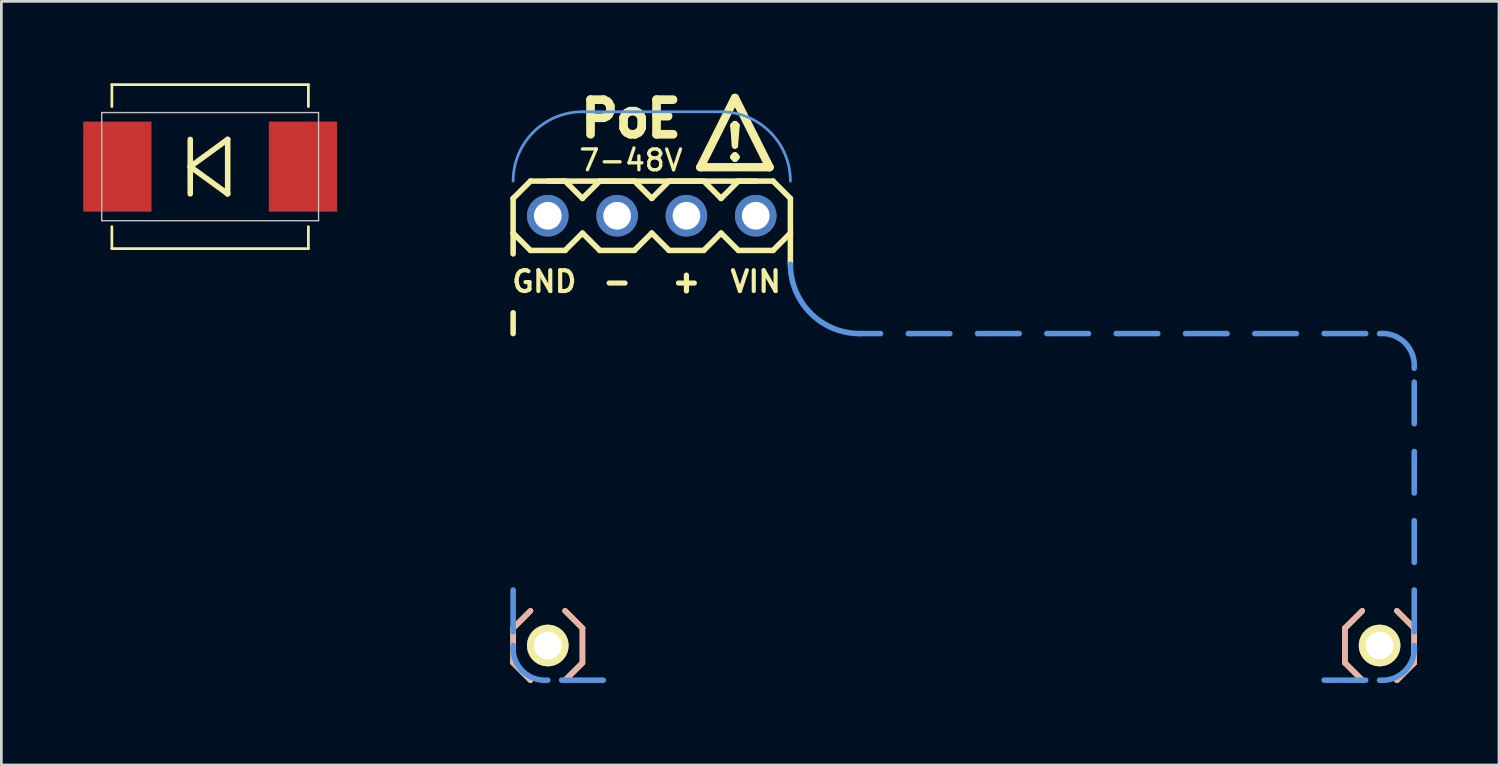
<source format=kicad_pcb>
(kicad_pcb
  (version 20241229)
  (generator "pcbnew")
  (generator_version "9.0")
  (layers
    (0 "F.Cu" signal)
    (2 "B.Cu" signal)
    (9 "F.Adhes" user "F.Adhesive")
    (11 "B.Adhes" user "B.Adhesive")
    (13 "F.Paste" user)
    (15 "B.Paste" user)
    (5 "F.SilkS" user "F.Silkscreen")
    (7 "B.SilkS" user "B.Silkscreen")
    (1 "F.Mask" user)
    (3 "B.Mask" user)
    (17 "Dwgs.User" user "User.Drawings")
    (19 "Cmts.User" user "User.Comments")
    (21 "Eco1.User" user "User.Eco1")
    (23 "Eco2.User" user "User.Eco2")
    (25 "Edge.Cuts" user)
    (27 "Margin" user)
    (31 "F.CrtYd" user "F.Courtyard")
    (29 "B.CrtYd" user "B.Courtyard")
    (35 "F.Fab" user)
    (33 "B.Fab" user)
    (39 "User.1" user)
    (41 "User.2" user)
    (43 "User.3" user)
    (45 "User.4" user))
  (footprint "FT-POE-MODULE-NOOUTLINE"
    (layer "F.Cu")
    (at 17.023 4.856)
    (property "Reference" "FT-POE-MODULE-NOOUTLINE" (at 3.937 3.81 0) (layer "Eco1.User") (effects (font (size 0.762 0.762) (thickness 0.127))))
    (attr through_hole)
    (fp_line (start -1.27 -0.635) (end -1.27 0.635) (stroke (width 0.203) (type solid)) (layer "F.SilkS"))
    (fp_line (start -1.27 0.635) (end -1.27 1.397) (stroke (width 0.203) (type solid)) (layer "F.SilkS"))
    (fp_line (start -1.27 0.635) (end -0.635 1.27) (stroke (width 0.203) (type solid)) (layer "F.SilkS"))
    (fp_line (start -1.27 3.556) (end -1.27 4.318) (stroke (width 0.203) (type solid)) (layer "F.SilkS"))
    (fp_line (start -1.27 15.113) (end -0.635 14.478) (stroke (width 0.203) (type solid)) (layer "F.SilkS"))
    (fp_line (start -1.27 16.383) (end -1.27 15.113) (stroke (width 0.203) (type solid)) (layer "F.SilkS"))
    (fp_line (start -0.635 -1.27) (end -1.27 -0.635) (stroke (width 0.203) (type solid)) (layer "F.SilkS"))
    (fp_line (start -0.635 -1.27) (end 0.635 -1.27) (stroke (width 0.203) (type solid)) (layer "F.SilkS"))
    (fp_line (start -0.635 17.018) (end -1.27 16.383) (stroke (width 0.203) (type solid)) (layer "F.SilkS"))
    (fp_line (start 0.635 -1.27) (end 1.27 -0.635) (stroke (width 0.203) (type solid)) (layer "F.SilkS"))
    (fp_line (start 0.635 1.27) (end -0.635 1.27) (stroke (width 0.203) (type solid)) (layer "F.SilkS"))
    (fp_line (start 0.635 14.478) (end 1.27 15.113) (stroke (width 0.203) (type solid)) (layer "F.SilkS"))
    (fp_line (start 1.27 -0.635) (end 1.905 -1.27) (stroke (width 0.203) (type solid)) (layer "F.SilkS"))
    (fp_line (start 1.27 0.635) (end 0.635 1.27) (stroke (width 0.203) (type solid)) (layer "F.SilkS"))
    (fp_line (start 1.27 15.113) (end 1.27 16.383) (stroke (width 0.203) (type solid)) (layer "F.SilkS"))
    (fp_line (start 1.27 16.383) (end 0.635 17.018) (stroke (width 0.203) (type solid)) (layer "F.SilkS"))
    (fp_line (start 1.905 -1.27) (end 3.175 -1.27) (stroke (width 0.203) (type solid)) (layer "F.SilkS"))
    (fp_line (start 1.905 1.27) (end 1.27 0.635) (stroke (width 0.203) (type solid)) (layer "F.SilkS"))
    (fp_line (start 3.175 -1.27) (end 3.81 -0.635) (stroke (width 0.203) (type solid)) (layer "F.SilkS"))
    (fp_line (start 3.175 1.27) (end 1.905 1.27) (stroke (width 0.203) (type solid)) (layer "F.SilkS"))
    (fp_line (start 3.81 -0.635) (end 4.445 -1.27) (stroke (width 0.203) (type solid)) (layer "F.SilkS"))
    (fp_line (start 3.81 0.635) (end 3.175 1.27) (stroke (width 0.203) (type solid)) (layer "F.SilkS"))
    (fp_line (start 4.445 -1.27) (end 5.715 -1.27) (stroke (width 0.203) (type solid)) (layer "F.SilkS"))
    (fp_line (start 4.445 1.27) (end 3.81 0.635) (stroke (width 0.203) (type solid)) (layer "F.SilkS"))
    (fp_line (start 5.588 -1.778) (end 6.858 -4.318) (stroke (width 0.305) (type solid)) (layer "F.SilkS"))
    (fp_line (start 5.715 -1.27) (end 6.35 -0.635) (stroke (width 0.203) (type solid)) (layer "F.SilkS"))
    (fp_line (start 5.715 1.27) (end 4.445 1.27) (stroke (width 0.203) (type solid)) (layer "F.SilkS"))
    (fp_line (start 6.35 0.635) (end 5.715 1.27) (stroke (width 0.203) (type solid)) (layer "F.SilkS"))
    (fp_line (start 6.35 0.635) (end 6.985 1.27) (stroke (width 0.203) (type solid)) (layer "F.SilkS"))
    (fp_line (start 6.858 -4.318) (end 8.128 -1.778) (stroke (width 0.305) (type solid)) (layer "F.SilkS"))
    (fp_line (start 6.985 -1.27) (end 6.35 -0.635) (stroke (width 0.203) (type solid)) (layer "F.SilkS"))
    (fp_line (start 6.985 -1.27) (end 8.255 -1.27) (stroke (width 0.203) (type solid)) (layer "F.SilkS"))
    (fp_line (start 7.62 -1.27) (end 0 -1.27) (stroke (width 0.203) (type solid)) (layer "F.SilkS"))
    (fp_line (start 8.128 -1.778) (end 5.588 -1.778) (stroke (width 0.305) (type solid)) (layer "F.SilkS"))
    (fp_line (start 8.255 -1.27) (end 8.89 -0.635) (stroke (width 0.203) (type solid)) (layer "F.SilkS"))
    (fp_line (start 8.255 1.27) (end 6.985 1.27) (stroke (width 0.203) (type solid)) (layer "F.SilkS"))
    (fp_line (start 8.89 -0.635) (end 8.89 0.635) (stroke (width 0.203) (type solid)) (layer "F.SilkS"))
    (fp_line (start 8.89 0.635) (end 8.255 1.27) (stroke (width 0.203) (type solid)) (layer "F.SilkS"))
    (fp_line (start 8.89 1.778) (end 8.89 0.635) (stroke (width 0.203) (type solid)) (layer "F.SilkS"))
    (fp_line (start 29.21 15.113) (end 29.845 14.478) (stroke (width 0.203) (type solid)) (layer "F.SilkS"))
    (fp_line (start 29.21 16.383) (end 29.21 15.113) (stroke (width 0.203) (type solid)) (layer "F.SilkS"))
    (fp_line (start 29.845 17.018) (end 29.21 16.383) (stroke (width 0.203) (type solid)) (layer "F.SilkS"))
    (fp_line (start 31.115 14.478) (end 31.75 15.113) (stroke (width 0.203) (type solid)) (layer "F.SilkS"))
    (fp_line (start 31.75 15.113) (end 31.75 16.383) (stroke (width 0.203) (type solid)) (layer "F.SilkS"))
    (fp_line (start 31.75 16.383) (end 31.115 17.018) (stroke (width 0.203) (type solid)) (layer "F.SilkS"))
    (fp_line (start -1.27 15.113) (end -1.27 16.383) (stroke (width 0.203) (type solid)) (layer "B.SilkS"))
    (fp_line (start -1.27 16.383) (end -0.635 17.018) (stroke (width 0.203) (type solid)) (layer "B.SilkS"))
    (fp_line (start -0.635 14.478) (end -1.27 15.113) (stroke (width 0.203) (type solid)) (layer "B.SilkS"))
    (fp_line (start 0.635 17.018) (end 1.27 16.383) (stroke (width 0.203) (type solid)) (layer "B.SilkS"))
    (fp_line (start 1.27 15.113) (end 0.635 14.478) (stroke (width 0.203) (type solid)) (layer "B.SilkS"))
    (fp_line (start 1.27 16.383) (end 1.27 15.113) (stroke (width 0.203) (type solid)) (layer "B.SilkS"))
    (fp_line (start 29.21 15.113) (end 29.21 16.383) (stroke (width 0.203) (type solid)) (layer "B.SilkS"))
    (fp_line (start 29.21 16.383) (end 29.845 17.018) (stroke (width 0.203) (type solid)) (layer "B.SilkS"))
    (fp_line (start 29.845 14.478) (end 29.21 15.113) (stroke (width 0.203) (type solid)) (layer "B.SilkS"))
    (fp_line (start 31.115 17.018) (end 31.75 16.383) (stroke (width 0.203) (type solid)) (layer "B.SilkS"))
    (fp_line (start 31.75 15.113) (end 31.115 14.478) (stroke (width 0.203) (type solid)) (layer "B.SilkS"))
    (fp_line (start 31.75 16.383) (end 31.75 15.113) (stroke (width 0.203) (type solid)) (layer "B.SilkS"))
    (fp_line (start -1.27 13.716) (end -1.27 15.24) (stroke (width 0.203) (type solid)) (layer "Cmts.User"))
    (fp_line (start 1.27 -3.81) (end 6.35 -3.81) (stroke (width 0.1) (type solid)) (layer "Cmts.User"))
    (fp_line (start 2.032 17.018) (end 0.508 17.018) (stroke (width 0.203) (type solid)) (layer "Cmts.User"))
    (fp_line (start 12.192 4.318) (end 11.43 4.318) (stroke (width 0.203) (type solid)) (layer "Cmts.User"))
    (fp_line (start 14.732 4.318) (end 13.208 4.318) (stroke (width 0.203) (type solid)) (layer "Cmts.User"))
    (fp_line (start 17.272 4.318) (end 15.748 4.318) (stroke (width 0.203) (type solid)) (layer "Cmts.User"))
    (fp_line (start 19.812 4.318) (end 18.288 4.318) (stroke (width 0.203) (type solid)) (layer "Cmts.User"))
    (fp_line (start 22.352 4.318) (end 20.828 4.318) (stroke (width 0.203) (type solid)) (layer "Cmts.User"))
    (fp_line (start 24.892 4.318) (end 23.368 4.318) (stroke (width 0.203) (type solid)) (layer "Cmts.User"))
    (fp_line (start 27.432 4.318) (end 25.908 4.318) (stroke (width 0.203) (type solid)) (layer "Cmts.User"))
    (fp_line (start 29.972 4.318) (end 28.448 4.318) (stroke (width 0.203) (type solid)) (layer "Cmts.User"))
    (fp_line (start 29.972 17.018) (end 28.448 17.018) (stroke (width 0.203) (type solid)) (layer "Cmts.User"))
    (fp_line (start 31.75 6.096) (end 31.75 7.62) (stroke (width 0.203) (type solid)) (layer "Cmts.User"))
    (fp_line (start 31.75 8.636) (end 31.75 10.16) (stroke (width 0.203) (type solid)) (layer "Cmts.User"))
    (fp_line (start 31.75 11.176) (end 31.75 12.7) (stroke (width 0.203) (type solid)) (layer "Cmts.User"))
    (fp_line (start 31.75 13.716) (end 31.75 15.24) (stroke (width 0.203) (type solid)) (layer "Cmts.User"))
    (fp_arc (start -1.27 -1.27) (mid -0.526051 -3.066051) (end 1.27 -3.81) (stroke (width 0.1) (type solid)) (layer "Cmts.User"))
    (fp_arc (start 0 17.018) (mid -0.931339 16.678463) (end -1.269892 15.746766) (stroke (width 0.2032) (type solid)) (layer "Cmts.User"))
    (fp_arc (start 6.35 -3.81) (mid 8.146051 -3.066051) (end 8.89 -1.27) (stroke (width 0.1) (type solid)) (layer "Cmts.User"))
    (fp_arc (start 11.43 4.318) (mid 9.633949 3.574051) (end 8.89 1.778) (stroke (width 0.2032) (type solid)) (layer "Cmts.User"))
    (fp_arc (start 30.48 4.318) (mid 31.409393 4.65663) (end 31.747391 5.586253) (stroke (width 0.2032) (type solid)) (layer "Cmts.User"))
    (fp_arc (start 31.75 15.748) (mid 31.410463 16.679339) (end 30.478766 17.017892) (stroke (width 0.2032) (type solid)) (layer "Cmts.User"))
    (fp_text user "7-48V" (at 3.048 -2.032 0) (layer "F.SilkS") (effects (font (size 0.762 0.762) (thickness 0.122))))
    (fp_text user "-" (at 2.54 2.413 0) (layer "F.SilkS") (effects (font (size 0.762 0.762) (thickness 0.191))))
    (fp_text user "GND" (at -0.127 2.413 0) (layer "F.SilkS") (effects (font (size 0.762 0.762) (thickness 0.152))))
    (fp_text user "PoE" (at 3.048 -3.556 0) (layer "F.SilkS") (effects (font (size 1.27 1.27) (thickness 0.318))))
    (fp_text user "+" (at 5.08 2.413 0) (layer "F.SilkS") (effects (font (size 0.762 0.762) (thickness 0.191))))
    (fp_text user "!" (at 6.858 -2.667 0) (layer "F.SilkS") (effects (font (size 1.27 1.27) (thickness 0.229))))
    (fp_text user "VIN" (at 7.62 2.413 0) (layer "F.SilkS") (effects (font (size 0.762 0.762) (thickness 0.152))))
    (pad "" np_thru_hole oval (at 0 15.748 90) (size 1.524 1.524) (drill 1.016) (layers "*.Cu" "*.Mask" "F.SilkS"))
    (pad "" np_thru_hole oval (at 30.48 15.748 90) (size 1.524 1.524) (drill 1.016) (layers "*.Cu" "*.Mask" "F.SilkS"))
    (pad "1" thru_hole oval (at 0 0 90) (size 1.524 1.524) (drill 1.016) (layers "*.Cu" "*.Mask"))
    (pad "2" thru_hole oval (at 2.54 0 90) (size 1.524 1.524) (drill 1.016) (layers "*.Cu" "*.Mask"))
    (pad "3" thru_hole oval (at 5.08 0 90) (size 1.524 1.524) (drill 1.016) (layers "*.Cu" "*.Mask"))
    (pad "4" thru_hole oval (at 7.62 0 90) (size 1.524 1.524) (drill 1.016) (layers "*.Cu" "*.Mask")))
  (footprint "DIODE_SMC"
    (layer "F.Cu")
    (at 4.65 3.056)
    (property "Reference" "DIODE_SMC" (at 0 -2.45 0) (layer "Eco1.User") (effects (font (size 0.6 0.6) (thickness 0.1))))
    (attr through_hole)
    (fp_line (start -3.6 -3.005) (end 3.6 -3.005) (stroke (width 0.102) (type solid)) (layer "F.SilkS"))
    (fp_line (start -3.6 -3) (end -3.6 -2.2) (stroke (width 0.1) (type solid)) (layer "F.SilkS"))
    (fp_line (start -3.6 3) (end -3.6 2.2) (stroke (width 0.1) (type solid)) (layer "F.SilkS"))
    (fp_line (start -3.6 3.005) (end 3.6 3.005) (stroke (width 0.102) (type solid)) (layer "F.SilkS"))
    (fp_line (start -0.729 -0.998) (end -0.729 0.998) (stroke (width 0.203) (type solid)) (layer "F.SilkS"))
    (fp_line (start -0.729 0) (end 0.643 0.998) (stroke (width 0.203) (type solid)) (layer "F.SilkS"))
    (fp_line (start 0.643 -0.998) (end -0.729 0) (stroke (width 0.203) (type solid)) (layer "F.SilkS"))
    (fp_line (start 0.643 0.998) (end 0.643 -0.998) (stroke (width 0.203) (type solid)) (layer "F.SilkS"))
    (fp_line (start 3.6 -3) (end 3.6 -2.2) (stroke (width 0.1) (type solid)) (layer "F.SilkS"))
    (fp_line (start 3.6 3) (end 3.6 2.2) (stroke (width 0.1) (type solid)) (layer "F.SilkS"))
    (fp_line (start -3.973 -1.981) (end 3.973 -1.981) (stroke (width 0.051) (type solid)) (layer "Dwgs.User"))
    (fp_line (start -3.973 1.981) (end -3.973 -1.981) (stroke (width 0.051) (type solid)) (layer "Dwgs.User"))
    (fp_line (start 3.973 -1.981) (end 3.973 1.981) (stroke (width 0.051) (type solid)) (layer "Dwgs.User"))
    (fp_line (start 3.973 1.981) (end -3.973 1.981) (stroke (width 0.051) (type solid)) (layer "Dwgs.User"))
    (pad "A" smd rect (at 3.4 0) (size 2.5 3.3) (layers "F.Cu" "F.Mask" "F.Paste"))
    (pad "K" smd rect (at -3.4 0) (size 2.5 3.3) (layers "F.Cu" "F.Mask" "F.Paste")))
  (gr_rect
    (start -3 -3)
    (end 51.879 24.98)
    (stroke (width 0.1) (type default))
    (fill no)
    (layer "Edge.Cuts")))
</source>
